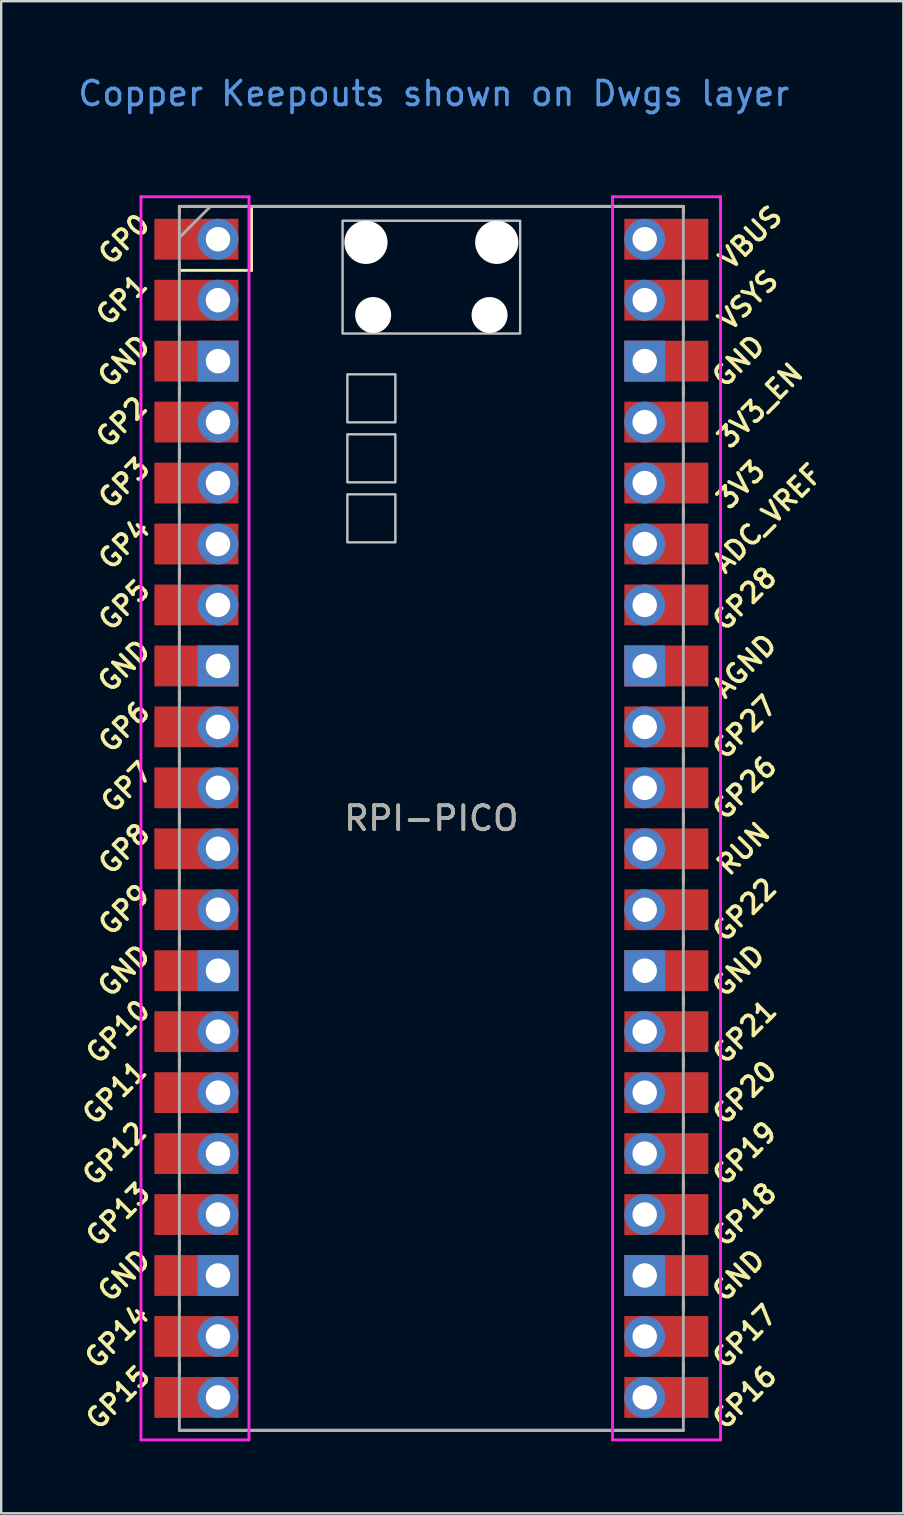
<source format=kicad_pcb>
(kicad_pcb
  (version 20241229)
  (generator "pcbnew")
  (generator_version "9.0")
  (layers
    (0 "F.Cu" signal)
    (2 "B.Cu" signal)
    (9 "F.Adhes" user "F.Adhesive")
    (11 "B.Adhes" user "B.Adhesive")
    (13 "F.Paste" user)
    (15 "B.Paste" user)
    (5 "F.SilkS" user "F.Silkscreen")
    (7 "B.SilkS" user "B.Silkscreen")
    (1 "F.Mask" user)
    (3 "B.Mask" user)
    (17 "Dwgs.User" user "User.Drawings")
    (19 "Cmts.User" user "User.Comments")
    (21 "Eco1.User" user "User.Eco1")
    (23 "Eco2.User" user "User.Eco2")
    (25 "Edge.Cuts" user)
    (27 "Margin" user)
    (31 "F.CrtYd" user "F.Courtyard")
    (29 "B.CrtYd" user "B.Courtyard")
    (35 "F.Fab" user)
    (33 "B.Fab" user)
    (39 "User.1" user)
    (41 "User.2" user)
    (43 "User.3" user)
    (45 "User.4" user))
  (footprint "RPI-PICO"
    (layer "F.Cu")
    (at 14.924 31.048)
    (property "Reference" "RPI-PICO" (at 0 0 0) (layer "F.SilkS") (effects (font (size 1 1) (thickness 0.15))))
    (attr through_hole)
    (fp_line (start -10.5 -25.5) (end -10.5 -25.2) (stroke (width 0.12) (type solid)) (layer "F.SilkS"))
    (fp_line (start -10.5 -25.5) (end 10.5 -25.5) (stroke (width 0.12) (type solid)) (layer "F.SilkS"))
    (fp_line (start -10.5 -23.1) (end -10.5 -22.7) (stroke (width 0.12) (type solid)) (layer "F.SilkS"))
    (fp_line (start -10.5 -22.833) (end -7.493 -22.833) (stroke (width 0.12) (type solid)) (layer "F.SilkS"))
    (fp_line (start -10.5 -20.5) (end -10.5 -20.1) (stroke (width 0.12) (type solid)) (layer "F.SilkS"))
    (fp_line (start -10.5 -18) (end -10.5 -17.6) (stroke (width 0.12) (type solid)) (layer "F.SilkS"))
    (fp_line (start -10.5 -15.4) (end -10.5 -15) (stroke (width 0.12) (type solid)) (layer "F.SilkS"))
    (fp_line (start -10.5 -12.9) (end -10.5 -12.5) (stroke (width 0.12) (type solid)) (layer "F.SilkS"))
    (fp_line (start -10.5 -10.4) (end -10.5 -10) (stroke (width 0.12) (type solid)) (layer "F.SilkS"))
    (fp_line (start -10.5 -7.8) (end -10.5 -7.4) (stroke (width 0.12) (type solid)) (layer "F.SilkS"))
    (fp_line (start -10.5 -5.3) (end -10.5 -4.9) (stroke (width 0.12) (type solid)) (layer "F.SilkS"))
    (fp_line (start -10.5 -2.7) (end -10.5 -2.3) (stroke (width 0.12) (type solid)) (layer "F.SilkS"))
    (fp_line (start -10.5 -0.2) (end -10.5 0.2) (stroke (width 0.12) (type solid)) (layer "F.SilkS"))
    (fp_line (start -10.5 2.3) (end -10.5 2.7) (stroke (width 0.12) (type solid)) (layer "F.SilkS"))
    (fp_line (start -10.5 4.9) (end -10.5 5.3) (stroke (width 0.12) (type solid)) (layer "F.SilkS"))
    (fp_line (start -10.5 7.4) (end -10.5 7.8) (stroke (width 0.12) (type solid)) (layer "F.SilkS"))
    (fp_line (start -10.5 10) (end -10.5 10.4) (stroke (width 0.12) (type solid)) (layer "F.SilkS"))
    (fp_line (start -10.5 12.5) (end -10.5 12.9) (stroke (width 0.12) (type solid)) (layer "F.SilkS"))
    (fp_line (start -10.5 15.1) (end -10.5 15.5) (stroke (width 0.12) (type solid)) (layer "F.SilkS"))
    (fp_line (start -10.5 17.6) (end -10.5 18) (stroke (width 0.12) (type solid)) (layer "F.SilkS"))
    (fp_line (start -10.5 20.1) (end -10.5 20.5) (stroke (width 0.12) (type solid)) (layer "F.SilkS"))
    (fp_line (start -10.5 22.7) (end -10.5 23.1) (stroke (width 0.12) (type solid)) (layer "F.SilkS"))
    (fp_line (start -7.493 -22.833) (end -7.493 -25.5) (stroke (width 0.12) (type solid)) (layer "F.SilkS"))
    (fp_line (start 3.7 25.5) (end -10.5 25.5) (stroke (width 0.12) (type solid)) (layer "F.SilkS"))
    (fp_line (start 10.5 -25.5) (end 10.5 -25.2) (stroke (width 0.12) (type solid)) (layer "F.SilkS"))
    (fp_line (start 10.5 -23.1) (end 10.5 -22.7) (stroke (width 0.12) (type solid)) (layer "F.SilkS"))
    (fp_line (start 10.5 -20.5) (end 10.5 -20.1) (stroke (width 0.12) (type solid)) (layer "F.SilkS"))
    (fp_line (start 10.5 -18) (end 10.5 -17.6) (stroke (width 0.12) (type solid)) (layer "F.SilkS"))
    (fp_line (start 10.5 -15.4) (end 10.5 -15) (stroke (width 0.12) (type solid)) (layer "F.SilkS"))
    (fp_line (start 10.5 -12.9) (end 10.5 -12.5) (stroke (width 0.12) (type solid)) (layer "F.SilkS"))
    (fp_line (start 10.5 -10.4) (end 10.5 -10) (stroke (width 0.12) (type solid)) (layer "F.SilkS"))
    (fp_line (start 10.5 -7.8) (end 10.5 -7.4) (stroke (width 0.12) (type solid)) (layer "F.SilkS"))
    (fp_line (start 10.5 -5.3) (end 10.5 -4.9) (stroke (width 0.12) (type solid)) (layer "F.SilkS"))
    (fp_line (start 10.5 -2.7) (end 10.5 -2.3) (stroke (width 0.12) (type solid)) (layer "F.SilkS"))
    (fp_line (start 10.5 -0.2) (end 10.5 0.2) (stroke (width 0.12) (type solid)) (layer "F.SilkS"))
    (fp_line (start 10.5 2.3) (end 10.5 2.7) (stroke (width 0.12) (type solid)) (layer "F.SilkS"))
    (fp_line (start 10.5 4.9) (end 10.5 5.3) (stroke (width 0.12) (type solid)) (layer "F.SilkS"))
    (fp_line (start 10.5 7.4) (end 10.5 7.8) (stroke (width 0.12) (type solid)) (layer "F.SilkS"))
    (fp_line (start 10.5 10) (end 10.5 10.4) (stroke (width 0.12) (type solid)) (layer "F.SilkS"))
    (fp_line (start 10.5 12.5) (end 10.5 12.9) (stroke (width 0.12) (type solid)) (layer "F.SilkS"))
    (fp_line (start 10.5 15.1) (end 10.5 15.5) (stroke (width 0.12) (type solid)) (layer "F.SilkS"))
    (fp_line (start 10.5 17.6) (end 10.5 18) (stroke (width 0.12) (type solid)) (layer "F.SilkS"))
    (fp_line (start 10.5 20.1) (end 10.5 20.5) (stroke (width 0.12) (type solid)) (layer "F.SilkS"))
    (fp_line (start 10.5 22.7) (end 10.5 23.1) (stroke (width 0.12) (type solid)) (layer "F.SilkS"))
    (fp_line (start 10.5 25.5) (end 3.7 25.5) (stroke (width 0.12) (type solid)) (layer "F.SilkS"))
    (fp_poly (pts (xy -1.5 -16.5) (xy -3.5 -16.5) (xy -3.5 -18.5) (xy -1.5 -18.5)) (stroke (width 0.1) (type solid)) (fill no) (layer "Dwgs.User"))
    (fp_poly (pts (xy -1.5 -14) (xy -3.5 -14) (xy -3.5 -16) (xy -1.5 -16)) (stroke (width 0.1) (type solid)) (fill no) (layer "Dwgs.User"))
    (fp_poly (pts (xy -1.5 -11.5) (xy -3.5 -11.5) (xy -3.5 -13.5) (xy -1.5 -13.5)) (stroke (width 0.1) (type solid)) (fill no) (layer "Dwgs.User"))
    (fp_poly (pts (xy 3.7 -20.2) (xy -3.7 -20.2) (xy -3.7 -24.9) (xy 3.7 -24.9)) (stroke (width 0.1) (type solid)) (fill no) (layer "Dwgs.User"))
    (fp_line (start -12.1 -25.9) (end -7.6 -25.9) (stroke (width 0.12) (type solid)) (layer "F.CrtYd"))
    (fp_line (start -12.1 25.9) (end -12.1 -25.9) (stroke (width 0.12) (type solid)) (layer "F.CrtYd"))
    (fp_line (start -7.6 -25.9) (end -7.6 25.9) (stroke (width 0.12) (type solid)) (layer "F.CrtYd"))
    (fp_line (start -7.6 25.9) (end -12.1 25.9) (stroke (width 0.12) (type solid)) (layer "F.CrtYd"))
    (fp_line (start 7.55 -25.9) (end 12.05 -25.9) (stroke (width 0.12) (type solid)) (layer "F.CrtYd"))
    (fp_line (start 7.55 25.9) (end 7.55 -25.9) (stroke (width 0.12) (type solid)) (layer "F.CrtYd"))
    (fp_line (start 12.05 -25.9) (end 12.05 25.9) (stroke (width 0.12) (type solid)) (layer "F.CrtYd"))
    (fp_line (start 12.05 25.9) (end 7.55 25.9) (stroke (width 0.12) (type solid)) (layer "F.CrtYd"))
    (fp_line (start -10.5 -25.5) (end 10.5 -25.5) (stroke (width 0.12) (type solid)) (layer "F.Fab"))
    (fp_line (start -10.5 -24.2) (end -9.2 -25.5) (stroke (width 0.12) (type solid)) (layer "F.Fab"))
    (fp_line (start -10.5 25.5) (end -10.5 -25.5) (stroke (width 0.12) (type solid)) (layer "F.Fab"))
    (fp_line (start 10.5 -25.5) (end 10.5 25.5) (stroke (width 0.12) (type solid)) (layer "F.Fab"))
    (fp_line (start 10.5 25.5) (end -10.5 25.5) (stroke (width 0.12) (type solid)) (layer "F.Fab"))
    (fp_text user "GP17" (at 13.054 21.59 45) (layer "F.SilkS") (effects (font (size 0.8 0.8) (thickness 0.15))))
    (fp_text user "GP21" (at 13.054 8.9 45) (layer "F.SilkS") (effects (font (size 0.8 0.8) (thickness 0.15))))
    (fp_text user "3V3" (at 12.9 -13.9 45) (layer "F.SilkS") (effects (font (size 0.8 0.8) (thickness 0.15))))
    (fp_text user "3V3_EN" (at 13.7 -17.2 45) (layer "F.SilkS") (effects (font (size 0.8 0.8) (thickness 0.15))))
    (fp_text user "GND" (at 12.8 19.05 45) (layer "F.SilkS") (effects (font (size 0.8 0.8) (thickness 0.15))))
    (fp_text user "GP14" (at -13.1 21.59 45) (layer "F.SilkS") (effects (font (size 0.8 0.8) (thickness 0.15))))
    (fp_text user "GP2" (at -12.9 -16.51 45) (layer "F.SilkS") (effects (font (size 0.8 0.8) (thickness 0.15))))
    (fp_text user "GP6" (at -12.8 -3.81 45) (layer "F.SilkS") (effects (font (size 0.8 0.8) (thickness 0.15))))
    (fp_text user "GP10" (at -13.054 8.89 45) (layer "F.SilkS") (effects (font (size 0.8 0.8) (thickness 0.15))))
    (fp_text user "GND" (at -12.8 -19.05 45) (layer "F.SilkS") (effects (font (size 0.8 0.8) (thickness 0.15))))
    (fp_text user "GND" (at -12.8 -6.35 45) (layer "F.SilkS") (effects (font (size 0.8 0.8) (thickness 0.15))))
    (fp_text user "GP20" (at 13.054 11.43 45) (layer "F.SilkS") (effects (font (size 0.8 0.8) (thickness 0.15))))
    (fp_text user "GP15" (at -13.054 24.13 45) (layer "F.SilkS") (effects (font (size 0.8 0.8) (thickness 0.15))))
    (fp_text user "VBUS" (at 13.3 -24.2 45) (layer "F.SilkS") (effects (font (size 0.8 0.8) (thickness 0.15))))
    (fp_text user "GP7" (at -12.7 -1.3 45) (layer "F.SilkS") (effects (font (size 0.8 0.8) (thickness 0.15))))
    (fp_text user "GP13" (at -13.054 16.51 45) (layer "F.SilkS") (effects (font (size 0.8 0.8) (thickness 0.15))))
    (fp_text user "GND" (at -12.8 19.05 45) (layer "F.SilkS") (effects (font (size 0.8 0.8) (thickness 0.15))))
    (fp_text user "GP27" (at 13.054 -3.8 45) (layer "F.SilkS") (effects (font (size 0.8 0.8) (thickness 0.15))))
    (fp_text user "GP18" (at 13.054 16.51 45) (layer "F.SilkS") (effects (font (size 0.8 0.8) (thickness 0.15))))
    (fp_text user "ADC_VREF" (at 14 -12.5 45) (layer "F.SilkS") (effects (font (size 0.8 0.8) (thickness 0.15))))
    (fp_text user "GP0" (at -12.8 -24.13 45) (layer "F.SilkS") (effects (font (size 0.8 0.8) (thickness 0.15))))
    (fp_text user "GND" (at -12.8 6.35 45) (layer "F.SilkS") (effects (font (size 0.8 0.8) (thickness 0.15))))
    (fp_text user "GP1" (at -12.9 -21.6 45) (layer "F.SilkS") (effects (font (size 0.8 0.8) (thickness 0.15))))
    (fp_text user "GP4" (at -12.8 -11.43 45) (layer "F.SilkS") (effects (font (size 0.8 0.8) (thickness 0.15))))
    (fp_text user "GND" (at 12.8 -19.05 45) (layer "F.SilkS") (effects (font (size 0.8 0.8) (thickness 0.15))))
    (fp_text user "GND" (at 12.8 6.35 45) (layer "F.SilkS") (effects (font (size 0.8 0.8) (thickness 0.15))))
    (fp_text user "GP9" (at -12.8 3.81 45) (layer "F.SilkS") (effects (font (size 0.8 0.8) (thickness 0.15))))
    (fp_text user "GP16" (at 13.054 24.13 45) (layer "F.SilkS") (effects (font (size 0.8 0.8) (thickness 0.15))))
    (fp_text user "GP22" (at 13.054 3.81 45) (layer "F.SilkS") (effects (font (size 0.8 0.8) (thickness 0.15))))
    (fp_text user "GP28" (at 13.054 -9.144 45) (layer "F.SilkS") (effects (font (size 0.8 0.8) (thickness 0.15))))
    (fp_text user "RUN" (at 13 1.27 45) (layer "F.SilkS") (effects (font (size 0.8 0.8) (thickness 0.15))))
    (fp_text user "GP11" (at -13.2 11.43 45) (layer "F.SilkS") (effects (font (size 0.8 0.8) (thickness 0.15))))
    (fp_text user "GP19" (at 13.054 13.97 45) (layer "F.SilkS") (effects (font (size 0.8 0.8) (thickness 0.15))))
    (fp_text user "AGND" (at 13.054 -6.35 45) (layer "F.SilkS") (effects (font (size 0.8 0.8) (thickness 0.15))))
    (fp_text user "GP26" (at 13.054 -1.27 45) (layer "F.SilkS") (effects (font (size 0.8 0.8) (thickness 0.15))))
    (fp_text user "GP12" (at -13.2 13.97 45) (layer "F.SilkS") (effects (font (size 0.8 0.8) (thickness 0.15))))
    (fp_text user "VSYS" (at 13.2 -21.59 45) (layer "F.SilkS") (effects (font (size 0.8 0.8) (thickness 0.15))))
    (fp_text user "GP5" (at -12.8 -8.89 45) (layer "F.SilkS") (effects (font (size 0.8 0.8) (thickness 0.15))))
    (fp_text user "GP8" (at -12.8 1.27 45) (layer "F.SilkS") (effects (font (size 0.8 0.8) (thickness 0.15))))
    (fp_text user "GP3" (at -12.8 -13.97 45) (layer "F.SilkS") (effects (font (size 0.8 0.8) (thickness 0.15))))
    (fp_text user "Copper Keepouts shown on Dwgs layer" (at 0.1 -30.2 0) (layer "Cmts.User") (effects (font (size 1 1) (thickness 0.15))))
    (fp_text user "${REFERENCE}" (at 0 0 180) (layer "F.Fab") (effects (font (size 1 1) (thickness 0.15))))
    (pad "" np_thru_hole oval (at -2.725 -24) (size 1.8 1.8) (drill 1.8) (layers "*.Cu" "*.Mask"))
    (pad "" np_thru_hole oval (at -2.425 -20.97) (size 1.5 1.5) (drill 1.5) (layers "*.Cu" "*.Mask"))
    (pad "" np_thru_hole oval (at 2.425 -20.97) (size 1.5 1.5) (drill 1.5) (layers "*.Cu" "*.Mask"))
    (pad "" np_thru_hole oval (at 2.725 -24) (size 1.8 1.8) (drill 1.8) (layers "*.Cu" "*.Mask"))
    (pad "1" thru_hole oval (at -8.89 -24.13) (size 1.7 1.7) (drill 1.02) (layers "*.Cu" "*.Mask"))
    (pad "1" smd rect (at -8.89 -24.13) (size 3.5 1.7) (drill (offset -0.9 0)) (layers "F.Cu" "F.Mask"))
    (pad "2" thru_hole oval (at -8.89 -21.59) (size 1.7 1.7) (drill 1.02) (layers "*.Cu" "*.Mask"))
    (pad "2" smd rect (at -8.89 -21.59) (size 3.5 1.7) (drill (offset -0.9 0)) (layers "F.Cu" "F.Mask"))
    (pad "3" thru_hole rect (at -8.89 -19.05) (size 1.7 1.7) (drill 1.02) (layers "*.Cu" "*.Mask"))
    (pad "3" smd rect (at -8.89 -19.05) (size 3.5 1.7) (drill (offset -0.9 0)) (layers "F.Cu" "F.Mask"))
    (pad "4" thru_hole oval (at -8.89 -16.51) (size 1.7 1.7) (drill 1.02) (layers "*.Cu" "*.Mask"))
    (pad "4" smd rect (at -8.89 -16.51) (size 3.5 1.7) (drill (offset -0.9 0)) (layers "F.Cu" "F.Mask"))
    (pad "5" thru_hole oval (at -8.89 -13.97) (size 1.7 1.7) (drill 1.02) (layers "*.Cu" "*.Mask"))
    (pad "5" smd rect (at -8.89 -13.97) (size 3.5 1.7) (drill (offset -0.9 0)) (layers "F.Cu" "F.Mask"))
    (pad "6" thru_hole oval (at -8.89 -11.43) (size 1.7 1.7) (drill 1.02) (layers "*.Cu" "*.Mask"))
    (pad "6" smd rect (at -8.89 -11.43) (size 3.5 1.7) (drill (offset -0.9 0)) (layers "F.Cu" "F.Mask"))
    (pad "7" thru_hole oval (at -8.89 -8.89) (size 1.7 1.7) (drill 1.02) (layers "*.Cu" "*.Mask"))
    (pad "7" smd rect (at -8.89 -8.89) (size 3.5 1.7) (drill (offset -0.9 0)) (layers "F.Cu" "F.Mask"))
    (pad "8" thru_hole rect (at -8.89 -6.35) (size 1.7 1.7) (drill 1.02) (layers "*.Cu" "*.Mask"))
    (pad "8" smd rect (at -8.89 -6.35) (size 3.5 1.7) (drill (offset -0.9 0)) (layers "F.Cu" "F.Mask"))
    (pad "9" thru_hole oval (at -8.89 -3.81) (size 1.7 1.7) (drill 1.02) (layers "*.Cu" "*.Mask"))
    (pad "9" smd rect (at -8.89 -3.81) (size 3.5 1.7) (drill (offset -0.9 0)) (layers "F.Cu" "F.Mask"))
    (pad "10" thru_hole oval (at -8.89 -1.27) (size 1.7 1.7) (drill 1.02) (layers "*.Cu" "*.Mask"))
    (pad "10" smd rect (at -8.89 -1.27) (size 3.5 1.7) (drill (offset -0.9 0)) (layers "F.Cu" "F.Mask"))
    (pad "11" thru_hole oval (at -8.89 1.27) (size 1.7 1.7) (drill 1.02) (layers "*.Cu" "*.Mask"))
    (pad "11" smd rect (at -8.89 1.27) (size 3.5 1.7) (drill (offset -0.9 0)) (layers "F.Cu" "F.Mask"))
    (pad "12" thru_hole oval (at -8.89 3.81) (size 1.7 1.7) (drill 1.02) (layers "*.Cu" "*.Mask"))
    (pad "12" smd rect (at -8.89 3.81) (size 3.5 1.7) (drill (offset -0.9 0)) (layers "F.Cu" "F.Mask"))
    (pad "13" thru_hole rect (at -8.89 6.35) (size 1.7 1.7) (drill 1.02) (layers "*.Cu" "*.Mask"))
    (pad "13" smd rect (at -8.89 6.35) (size 3.5 1.7) (drill (offset -0.9 0)) (layers "F.Cu" "F.Mask"))
    (pad "14" thru_hole oval (at -8.89 8.89) (size 1.7 1.7) (drill 1.02) (layers "*.Cu" "*.Mask"))
    (pad "14" smd rect (at -8.89 8.89) (size 3.5 1.7) (drill (offset -0.9 0)) (layers "F.Cu" "F.Mask"))
    (pad "15" thru_hole oval (at -8.89 11.43) (size 1.7 1.7) (drill 1.02) (layers "*.Cu" "*.Mask"))
    (pad "15" smd rect (at -8.89 11.43) (size 3.5 1.7) (drill (offset -0.9 0)) (layers "F.Cu" "F.Mask"))
    (pad "16" thru_hole oval (at -8.89 13.97) (size 1.7 1.7) (drill 1.02) (layers "*.Cu" "*.Mask"))
    (pad "16" smd rect (at -8.89 13.97) (size 3.5 1.7) (drill (offset -0.9 0)) (layers "F.Cu" "F.Mask"))
    (pad "17" thru_hole oval (at -8.89 16.51) (size 1.7 1.7) (drill 1.02) (layers "*.Cu" "*.Mask"))
    (pad "17" smd rect (at -8.89 16.51) (size 3.5 1.7) (drill (offset -0.9 0)) (layers "F.Cu" "F.Mask"))
    (pad "18" thru_hole rect (at -8.89 19.05) (size 1.7 1.7) (drill 1.02) (layers "*.Cu" "*.Mask"))
    (pad "18" smd rect (at -8.89 19.05) (size 3.5 1.7) (drill (offset -0.9 0)) (layers "F.Cu" "F.Mask"))
    (pad "19" thru_hole oval (at -8.89 21.59) (size 1.7 1.7) (drill 1.02) (layers "*.Cu" "*.Mask"))
    (pad "19" smd rect (at -8.89 21.59) (size 3.5 1.7) (drill (offset -0.9 0)) (layers "F.Cu" "F.Mask"))
    (pad "20" thru_hole oval (at -8.89 24.13) (size 1.7 1.7) (drill 1.02) (layers "*.Cu" "*.Mask"))
    (pad "20" smd rect (at -8.89 24.13) (size 3.5 1.7) (drill (offset -0.9 0)) (layers "F.Cu" "F.Mask"))
    (pad "21" thru_hole oval (at 8.89 24.13) (size 1.7 1.7) (drill 1.02) (layers "*.Cu" "*.Mask"))
    (pad "21" smd rect (at 8.89 24.13) (size 3.5 1.7) (drill (offset 0.9 0)) (layers "F.Cu" "F.Mask"))
    (pad "22" thru_hole oval (at 8.89 21.59) (size 1.7 1.7) (drill 1.02) (layers "*.Cu" "*.Mask"))
    (pad "22" smd rect (at 8.89 21.59) (size 3.5 1.7) (drill (offset 0.9 0)) (layers "F.Cu" "F.Mask"))
    (pad "23" thru_hole rect (at 8.89 19.05) (size 1.7 1.7) (drill 1.02) (layers "*.Cu" "*.Mask"))
    (pad "23" smd rect (at 8.89 19.05) (size 3.5 1.7) (drill (offset 0.9 0)) (layers "F.Cu" "F.Mask"))
    (pad "24" thru_hole oval (at 8.89 16.51) (size 1.7 1.7) (drill 1.02) (layers "*.Cu" "*.Mask"))
    (pad "24" smd rect (at 8.89 16.51) (size 3.5 1.7) (drill (offset 0.9 0)) (layers "F.Cu" "F.Mask"))
    (pad "25" thru_hole oval (at 8.89 13.97) (size 1.7 1.7) (drill 1.02) (layers "*.Cu" "*.Mask"))
    (pad "25" smd rect (at 8.89 13.97) (size 3.5 1.7) (drill (offset 0.9 0)) (layers "F.Cu" "F.Mask"))
    (pad "26" thru_hole oval (at 8.89 11.43) (size 1.7 1.7) (drill 1.02) (layers "*.Cu" "*.Mask"))
    (pad "26" smd rect (at 8.89 11.43) (size 3.5 1.7) (drill (offset 0.9 0)) (layers "F.Cu" "F.Mask"))
    (pad "27" thru_hole oval (at 8.89 8.89) (size 1.7 1.7) (drill 1.02) (layers "*.Cu" "*.Mask"))
    (pad "27" smd rect (at 8.89 8.89) (size 3.5 1.7) (drill (offset 0.9 0)) (layers "F.Cu" "F.Mask"))
    (pad "28" thru_hole rect (at 8.89 6.35) (size 1.7 1.7) (drill 1.02) (layers "*.Cu" "*.Mask"))
    (pad "28" smd rect (at 8.89 6.35) (size 3.5 1.7) (drill (offset 0.9 0)) (layers "F.Cu" "F.Mask"))
    (pad "29" thru_hole oval (at 8.89 3.81) (size 1.7 1.7) (drill 1.02) (layers "*.Cu" "*.Mask"))
    (pad "29" smd rect (at 8.89 3.81) (size 3.5 1.7) (drill (offset 0.9 0)) (layers "F.Cu" "F.Mask"))
    (pad "30" thru_hole oval (at 8.89 1.27) (size 1.7 1.7) (drill 1.02) (layers "*.Cu" "*.Mask"))
    (pad "30" smd rect (at 8.89 1.27) (size 3.5 1.7) (drill (offset 0.9 0)) (layers "F.Cu" "F.Mask"))
    (pad "31" thru_hole oval (at 8.89 -1.27) (size 1.7 1.7) (drill 1.02) (layers "*.Cu" "*.Mask"))
    (pad "31" smd rect (at 8.89 -1.27) (size 3.5 1.7) (drill (offset 0.9 0)) (layers "F.Cu" "F.Mask"))
    (pad "32" thru_hole oval (at 8.89 -3.81) (size 1.7 1.7) (drill 1.02) (layers "*.Cu" "*.Mask"))
    (pad "32" smd rect (at 8.89 -3.81) (size 3.5 1.7) (drill (offset 0.9 0)) (layers "F.Cu" "F.Mask"))
    (pad "33" thru_hole rect (at 8.89 -6.35) (size 1.7 1.7) (drill 1.02) (layers "*.Cu" "*.Mask"))
    (pad "33" smd rect (at 8.89 -6.35) (size 3.5 1.7) (drill (offset 0.9 0)) (layers "F.Cu" "F.Mask"))
    (pad "34" thru_hole oval (at 8.89 -8.89) (size 1.7 1.7) (drill 1.02) (layers "*.Cu" "*.Mask"))
    (pad "34" smd rect (at 8.89 -8.89) (size 3.5 1.7) (drill (offset 0.9 0)) (layers "F.Cu" "F.Mask"))
    (pad "35" thru_hole oval (at 8.89 -11.43) (size 1.7 1.7) (drill 1.02) (layers "*.Cu" "*.Mask"))
    (pad "35" smd rect (at 8.89 -11.43) (size 3.5 1.7) (drill (offset 0.9 0)) (layers "F.Cu" "F.Mask"))
    (pad "36" thru_hole oval (at 8.89 -13.97) (size 1.7 1.7) (drill 1.02) (layers "*.Cu" "*.Mask"))
    (pad "36" smd rect (at 8.89 -13.97) (size 3.5 1.7) (drill (offset 0.9 0)) (layers "F.Cu" "F.Mask"))
    (pad "37" thru_hole oval (at 8.89 -16.51) (size 1.7 1.7) (drill 1.02) (layers "*.Cu" "*.Mask"))
    (pad "37" smd rect (at 8.89 -16.51) (size 3.5 1.7) (drill (offset 0.9 0)) (layers "F.Cu" "F.Mask"))
    (pad "38" thru_hole rect (at 8.89 -19.05) (size 1.7 1.7) (drill 1.02) (layers "*.Cu" "*.Mask"))
    (pad "38" smd rect (at 8.89 -19.05) (size 3.5 1.7) (drill (offset 0.9 0)) (layers "F.Cu" "F.Mask"))
    (pad "39" thru_hole oval (at 8.89 -21.59) (size 1.7 1.7) (drill 1.02) (layers "*.Cu" "*.Mask"))
    (pad "39" smd rect (at 8.89 -21.59) (size 3.5 1.7) (drill (offset 0.9 0)) (layers "F.Cu" "F.Mask"))
    (pad "40" thru_hole oval (at 8.89 -24.13) (size 1.7 1.7) (drill 1.02) (layers "*.Cu" "*.Mask"))
    (pad "40" smd rect (at 8.89 -24.13) (size 3.5 1.7) (drill (offset 0.9 0)) (layers "F.Cu" "F.Mask")))
  (gr_rect
    (start -3 -3)
    (end 34.591 60.008)
    (stroke (width 0.1) (type default))
    (fill no)
    (layer "Edge.Cuts")))
</source>
